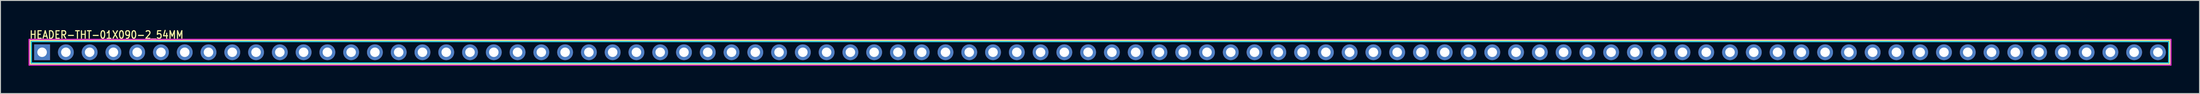
<source format=kicad_pcb>
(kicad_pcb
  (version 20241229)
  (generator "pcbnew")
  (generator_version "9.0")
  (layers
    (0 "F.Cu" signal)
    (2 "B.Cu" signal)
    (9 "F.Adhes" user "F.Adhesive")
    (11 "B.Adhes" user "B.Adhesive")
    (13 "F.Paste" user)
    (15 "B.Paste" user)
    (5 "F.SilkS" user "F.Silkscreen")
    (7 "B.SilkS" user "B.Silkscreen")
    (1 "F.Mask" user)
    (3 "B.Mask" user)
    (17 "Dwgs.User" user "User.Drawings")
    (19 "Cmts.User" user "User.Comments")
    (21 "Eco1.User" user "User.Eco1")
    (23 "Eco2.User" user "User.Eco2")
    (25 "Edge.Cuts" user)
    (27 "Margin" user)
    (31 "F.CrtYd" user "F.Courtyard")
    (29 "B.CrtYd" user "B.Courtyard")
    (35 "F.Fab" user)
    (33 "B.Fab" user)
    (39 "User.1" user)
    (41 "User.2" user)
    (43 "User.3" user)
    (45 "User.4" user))
  (footprint "HEADER-THT-01X090-2_54MM"
    (layer "F.Cu")
    (at 1.447 2.579)
    (property "Reference" "HEADER-THT-01X090-2_54MM" (at -1.4 -1.4 0) (unlocked yes) (layer "F.SilkS") (effects (font (size 0.813 0.695) (thickness 0.122)) (justify left bottom)))
    (fp_line (start -1.27 -1.27) (end -1.27 1.27) (stroke (width 0.127) (type solid)) (layer "F.SilkS"))
    (fp_line (start -1.27 1.27) (end 227.33 1.27) (stroke (width 0.127) (type solid)) (layer "F.SilkS"))
    (fp_line (start 227.33 -1.27) (end -1.27 -1.27) (stroke (width 0.127) (type solid)) (layer "F.SilkS"))
    (fp_line (start 227.33 1.27) (end 227.33 -1.27) (stroke (width 0.127) (type solid)) (layer "F.SilkS"))
    (fp_poly (pts (xy -1.143 -1.143) (xy 227.203 -1.143) (xy 227.203 1.143) (xy -1.143 1.143)) (stroke (width 0.1) (type solid)) (fill no) (layer "B.CrtYd"))
    (fp_poly (pts (xy -1.397 -1.397) (xy 227.457 -1.397) (xy 227.457 1.397) (xy -1.397 1.397)) (stroke (width 0.1) (type solid)) (fill no) (layer "F.CrtYd"))
    (pad "P$1" thru_hole rect (at 0 0) (size 1.693 1.693) (drill 1.016) (layers "*.Cu" "*.Mask"))
    (pad "P$2" thru_hole oval (at 2.54 0) (size 1.693 1.693) (drill 1.016) (layers "*.Cu" "*.Mask"))
    (pad "P$3" thru_hole oval (at 5.08 0) (size 1.693 1.693) (drill 1.016) (layers "*.Cu" "*.Mask"))
    (pad "P$4" thru_hole oval (at 7.62 0) (size 1.693 1.693) (drill 1.016) (layers "*.Cu" "*.Mask"))
    (pad "P$5" thru_hole oval (at 10.16 0) (size 1.693 1.693) (drill 1.016) (layers "*.Cu" "*.Mask"))
    (pad "P$6" thru_hole oval (at 12.7 0) (size 1.693 1.693) (drill 1.016) (layers "*.Cu" "*.Mask"))
    (pad "P$7" thru_hole oval (at 15.24 0) (size 1.693 1.693) (drill 1.016) (layers "*.Cu" "*.Mask"))
    (pad "P$8" thru_hole oval (at 17.78 0) (size 1.693 1.693) (drill 1.016) (layers "*.Cu" "*.Mask"))
    (pad "P$9" thru_hole oval (at 20.32 0) (size 1.693 1.693) (drill 1.016) (layers "*.Cu" "*.Mask"))
    (pad "P$10" thru_hole oval (at 22.86 0) (size 1.693 1.693) (drill 1.016) (layers "*.Cu" "*.Mask"))
    (pad "P$11" thru_hole oval (at 25.4 0) (size 1.693 1.693) (drill 1.016) (layers "*.Cu" "*.Mask"))
    (pad "P$12" thru_hole oval (at 27.94 0) (size 1.693 1.693) (drill 1.016) (layers "*.Cu" "*.Mask"))
    (pad "P$13" thru_hole oval (at 30.48 0) (size 1.693 1.693) (drill 1.016) (layers "*.Cu" "*.Mask"))
    (pad "P$14" thru_hole oval (at 33.02 0) (size 1.693 1.693) (drill 1.016) (layers "*.Cu" "*.Mask"))
    (pad "P$15" thru_hole oval (at 35.56 0) (size 1.693 1.693) (drill 1.016) (layers "*.Cu" "*.Mask"))
    (pad "P$16" thru_hole oval (at 38.1 0) (size 1.693 1.693) (drill 1.016) (layers "*.Cu" "*.Mask"))
    (pad "P$17" thru_hole oval (at 40.64 0) (size 1.693 1.693) (drill 1.016) (layers "*.Cu" "*.Mask"))
    (pad "P$18" thru_hole oval (at 43.18 0) (size 1.693 1.693) (drill 1.016) (layers "*.Cu" "*.Mask"))
    (pad "P$19" thru_hole oval (at 45.72 0) (size 1.693 1.693) (drill 1.016) (layers "*.Cu" "*.Mask"))
    (pad "P$20" thru_hole oval (at 48.26 0) (size 1.693 1.693) (drill 1.016) (layers "*.Cu" "*.Mask"))
    (pad "P$21" thru_hole oval (at 50.8 0) (size 1.693 1.693) (drill 1.016) (layers "*.Cu" "*.Mask"))
    (pad "P$22" thru_hole oval (at 53.34 0) (size 1.693 1.693) (drill 1.016) (layers "*.Cu" "*.Mask"))
    (pad "P$23" thru_hole oval (at 55.88 0) (size 1.693 1.693) (drill 1.016) (layers "*.Cu" "*.Mask"))
    (pad "P$24" thru_hole oval (at 58.42 0) (size 1.693 1.693) (drill 1.016) (layers "*.Cu" "*.Mask"))
    (pad "P$25" thru_hole oval (at 60.96 0) (size 1.693 1.693) (drill 1.016) (layers "*.Cu" "*.Mask"))
    (pad "P$26" thru_hole oval (at 63.5 0) (size 1.693 1.693) (drill 1.016) (layers "*.Cu" "*.Mask"))
    (pad "P$27" thru_hole oval (at 66.04 0) (size 1.693 1.693) (drill 1.016) (layers "*.Cu" "*.Mask"))
    (pad "P$28" thru_hole oval (at 68.58 0) (size 1.693 1.693) (drill 1.016) (layers "*.Cu" "*.Mask"))
    (pad "P$29" thru_hole oval (at 71.12 0) (size 1.693 1.693) (drill 1.016) (layers "*.Cu" "*.Mask"))
    (pad "P$30" thru_hole oval (at 73.66 0) (size 1.693 1.693) (drill 1.016) (layers "*.Cu" "*.Mask"))
    (pad "P$31" thru_hole oval (at 76.2 0) (size 1.693 1.693) (drill 1.016) (layers "*.Cu" "*.Mask"))
    (pad "P$32" thru_hole oval (at 78.74 0) (size 1.693 1.693) (drill 1.016) (layers "*.Cu" "*.Mask"))
    (pad "P$33" thru_hole oval (at 81.28 0) (size 1.693 1.693) (drill 1.016) (layers "*.Cu" "*.Mask"))
    (pad "P$34" thru_hole oval (at 83.82 0) (size 1.693 1.693) (drill 1.016) (layers "*.Cu" "*.Mask"))
    (pad "P$35" thru_hole oval (at 86.36 0) (size 1.693 1.693) (drill 1.016) (layers "*.Cu" "*.Mask"))
    (pad "P$36" thru_hole oval (at 88.9 0) (size 1.693 1.693) (drill 1.016) (layers "*.Cu" "*.Mask"))
    (pad "P$37" thru_hole oval (at 91.44 0) (size 1.693 1.693) (drill 1.016) (layers "*.Cu" "*.Mask"))
    (pad "P$38" thru_hole oval (at 93.98 0) (size 1.693 1.693) (drill 1.016) (layers "*.Cu" "*.Mask"))
    (pad "P$39" thru_hole oval (at 96.52 0) (size 1.693 1.693) (drill 1.016) (layers "*.Cu" "*.Mask"))
    (pad "P$40" thru_hole oval (at 99.06 0) (size 1.693 1.693) (drill 1.016) (layers "*.Cu" "*.Mask"))
    (pad "P$41" thru_hole oval (at 101.6 0) (size 1.693 1.693) (drill 1.016) (layers "*.Cu" "*.Mask"))
    (pad "P$42" thru_hole oval (at 104.14 0) (size 1.693 1.693) (drill 1.016) (layers "*.Cu" "*.Mask"))
    (pad "P$43" thru_hole oval (at 106.68 0) (size 1.693 1.693) (drill 1.016) (layers "*.Cu" "*.Mask"))
    (pad "P$44" thru_hole oval (at 109.22 0) (size 1.693 1.693) (drill 1.016) (layers "*.Cu" "*.Mask"))
    (pad "P$45" thru_hole oval (at 111.76 0) (size 1.693 1.693) (drill 1.016) (layers "*.Cu" "*.Mask"))
    (pad "P$46" thru_hole oval (at 114.3 0) (size 1.693 1.693) (drill 1.016) (layers "*.Cu" "*.Mask"))
    (pad "P$47" thru_hole oval (at 116.84 0) (size 1.693 1.693) (drill 1.016) (layers "*.Cu" "*.Mask"))
    (pad "P$48" thru_hole oval (at 119.38 0) (size 1.693 1.693) (drill 1.016) (layers "*.Cu" "*.Mask"))
    (pad "P$49" thru_hole oval (at 121.92 0) (size 1.693 1.693) (drill 1.016) (layers "*.Cu" "*.Mask"))
    (pad "P$50" thru_hole oval (at 124.46 0) (size 1.693 1.693) (drill 1.016) (layers "*.Cu" "*.Mask"))
    (pad "P$51" thru_hole oval (at 127 0) (size 1.693 1.693) (drill 1.016) (layers "*.Cu" "*.Mask"))
    (pad "P$52" thru_hole oval (at 129.54 0) (size 1.693 1.693) (drill 1.016) (layers "*.Cu" "*.Mask"))
    (pad "P$53" thru_hole oval (at 132.08 0) (size 1.693 1.693) (drill 1.016) (layers "*.Cu" "*.Mask"))
    (pad "P$54" thru_hole oval (at 134.62 0) (size 1.693 1.693) (drill 1.016) (layers "*.Cu" "*.Mask"))
    (pad "P$55" thru_hole oval (at 137.16 0) (size 1.693 1.693) (drill 1.016) (layers "*.Cu" "*.Mask"))
    (pad "P$56" thru_hole oval (at 139.7 0) (size 1.693 1.693) (drill 1.016) (layers "*.Cu" "*.Mask"))
    (pad "P$57" thru_hole oval (at 142.24 0) (size 1.693 1.693) (drill 1.016) (layers "*.Cu" "*.Mask"))
    (pad "P$58" thru_hole oval (at 144.78 0) (size 1.693 1.693) (drill 1.016) (layers "*.Cu" "*.Mask"))
    (pad "P$59" thru_hole oval (at 147.32 0) (size 1.693 1.693) (drill 1.016) (layers "*.Cu" "*.Mask"))
    (pad "P$60" thru_hole oval (at 149.86 0) (size 1.693 1.693) (drill 1.016) (layers "*.Cu" "*.Mask"))
    (pad "P$61" thru_hole oval (at 152.4 0) (size 1.693 1.693) (drill 1.016) (layers "*.Cu" "*.Mask"))
    (pad "P$62" thru_hole oval (at 154.94 0) (size 1.693 1.693) (drill 1.016) (layers "*.Cu" "*.Mask"))
    (pad "P$63" thru_hole oval (at 157.48 0) (size 1.693 1.693) (drill 1.016) (layers "*.Cu" "*.Mask"))
    (pad "P$64" thru_hole oval (at 160.02 0) (size 1.693 1.693) (drill 1.016) (layers "*.Cu" "*.Mask"))
    (pad "P$65" thru_hole oval (at 162.56 0) (size 1.693 1.693) (drill 1.016) (layers "*.Cu" "*.Mask"))
    (pad "P$66" thru_hole oval (at 165.1 0) (size 1.693 1.693) (drill 1.016) (layers "*.Cu" "*.Mask"))
    (pad "P$67" thru_hole oval (at 167.64 0) (size 1.693 1.693) (drill 1.016) (layers "*.Cu" "*.Mask"))
    (pad "P$68" thru_hole oval (at 170.18 0) (size 1.693 1.693) (drill 1.016) (layers "*.Cu" "*.Mask"))
    (pad "P$69" thru_hole oval (at 172.72 0) (size 1.693 1.693) (drill 1.016) (layers "*.Cu" "*.Mask"))
    (pad "P$70" thru_hole oval (at 175.26 0) (size 1.693 1.693) (drill 1.016) (layers "*.Cu" "*.Mask"))
    (pad "P$71" thru_hole oval (at 177.8 0) (size 1.693 1.693) (drill 1.016) (layers "*.Cu" "*.Mask"))
    (pad "P$72" thru_hole oval (at 180.34 0) (size 1.693 1.693) (drill 1.016) (layers "*.Cu" "*.Mask"))
    (pad "P$73" thru_hole oval (at 182.88 0) (size 1.693 1.693) (drill 1.016) (layers "*.Cu" "*.Mask"))
    (pad "P$74" thru_hole oval (at 185.42 0) (size 1.693 1.693) (drill 1.016) (layers "*.Cu" "*.Mask"))
    (pad "P$75" thru_hole oval (at 187.96 0) (size 1.693 1.693) (drill 1.016) (layers "*.Cu" "*.Mask"))
    (pad "P$76" thru_hole oval (at 190.5 0) (size 1.693 1.693) (drill 1.016) (layers "*.Cu" "*.Mask"))
    (pad "P$77" thru_hole oval (at 193.04 0) (size 1.693 1.693) (drill 1.016) (layers "*.Cu" "*.Mask"))
    (pad "P$78" thru_hole oval (at 195.58 0) (size 1.693 1.693) (drill 1.016) (layers "*.Cu" "*.Mask"))
    (pad "P$79" thru_hole oval (at 198.12 0) (size 1.693 1.693) (drill 1.016) (layers "*.Cu" "*.Mask"))
    (pad "P$80" thru_hole oval (at 200.66 0) (size 1.693 1.693) (drill 1.016) (layers "*.Cu" "*.Mask"))
    (pad "P$81" thru_hole oval (at 203.2 0) (size 1.693 1.693) (drill 1.016) (layers "*.Cu" "*.Mask"))
    (pad "P$82" thru_hole oval (at 205.74 0) (size 1.693 1.693) (drill 1.016) (layers "*.Cu" "*.Mask"))
    (pad "P$83" thru_hole oval (at 208.28 0) (size 1.693 1.693) (drill 1.016) (layers "*.Cu" "*.Mask"))
    (pad "P$84" thru_hole oval (at 210.82 0) (size 1.693 1.693) (drill 1.016) (layers "*.Cu" "*.Mask"))
    (pad "P$85" thru_hole oval (at 213.36 0) (size 1.693 1.693) (drill 1.016) (layers "*.Cu" "*.Mask"))
    (pad "P$86" thru_hole oval (at 215.9 0) (size 1.693 1.693) (drill 1.016) (layers "*.Cu" "*.Mask"))
    (pad "P$87" thru_hole oval (at 218.44 0) (size 1.693 1.693) (drill 1.016) (layers "*.Cu" "*.Mask"))
    (pad "P$88" thru_hole oval (at 220.98 0) (size 1.693 1.693) (drill 1.016) (layers "*.Cu" "*.Mask"))
    (pad "P$89" thru_hole oval (at 223.52 0) (size 1.693 1.693) (drill 1.016) (layers "*.Cu" "*.Mask"))
    (pad "P$90" thru_hole oval (at 226.06 0) (size 1.693 1.693) (drill 1.016) (layers "*.Cu" "*.Mask")))
  (gr_rect
    (start -3 -3)
    (end 231.954 7.026)
    (stroke (width 0.1) (type default))
    (fill no)
    (layer "Edge.Cuts")))
</source>
